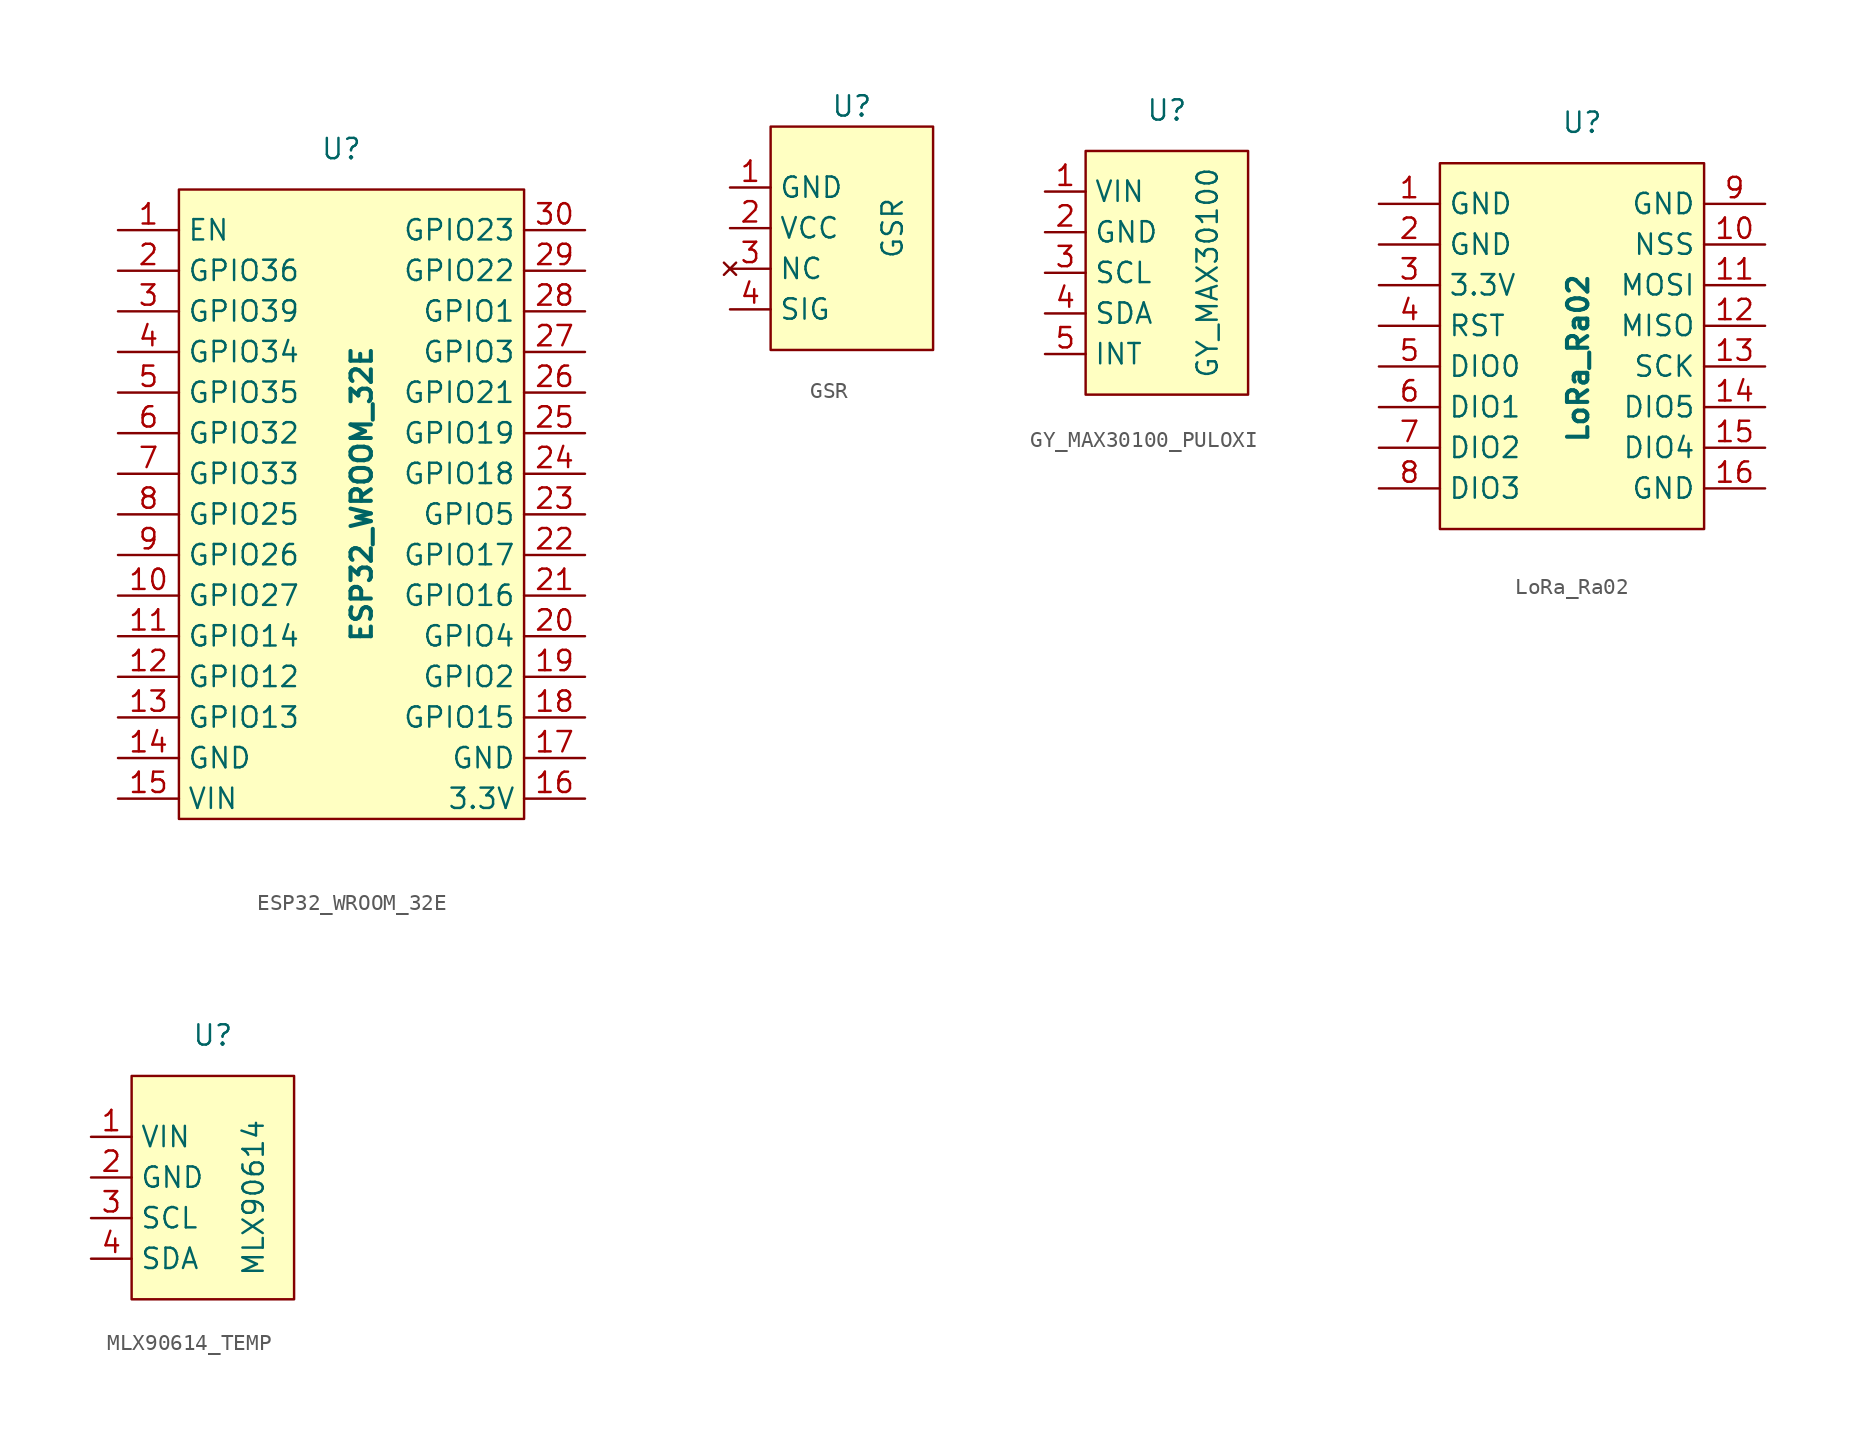
<source format=kicad_sym>
(kicad_symbol_lib
  (version 20231120)
  (generator "kicad_symbol_editor")
  (generator_version "8.0")
  (symbol "ESP32_WROOM_32E"
    (property "Reference" "U"
      (at 2.54 21.59 0)
      (effects (font (size 1.27 1.27))))
    (property "Value" "ESP32_WROOM_32E"
      (at 3.81 0 90)
      (do_not_autoplace)
      (effects (font (size 1.27 1.27) (bold yes))))
    (symbol "ESP32_WROOM_32E_1_1"
      (rectangle (start -7.62 19.05) (end 13.97 -20.32) (stroke (width 0) (type default)) (fill (type background)))
      (pin input line (at -11.43 16.51 0) (length 3.81) (name "EN" (effects (font (size 1.27 1.27)))) (number "1" (effects (font (size 1.27 1.27)))))
      (pin bidirectional line (at -11.43 -6.35 0) (length 3.81) (name "GPIO27" (effects (font (size 1.27 1.27)))) (number "10" (effects (font (size 1.27 1.27)))))
      (pin bidirectional line (at -11.43 -8.89 0) (length 3.81) (name "GPIO14" (effects (font (size 1.27 1.27)))) (number "11" (effects (font (size 1.27 1.27)))))
      (pin bidirectional line (at -11.43 -11.43 0) (length 3.81) (name "GPIO12" (effects (font (size 1.27 1.27)))) (number "12" (effects (font (size 1.27 1.27)))))
      (pin bidirectional line (at -11.43 -13.97 0) (length 3.81) (name "GPIO13" (effects (font (size 1.27 1.27)))) (number "13" (effects (font (size 1.27 1.27)))))
      (pin power_in line (at -11.43 -16.51 0) (length 3.81) (name "GND" (effects (font (size 1.27 1.27)))) (number "14" (effects (font (size 1.27 1.27)))))
      (pin power_in line (at -11.43 -19.05 0) (length 3.81) (name "VIN" (effects (font (size 1.27 1.27)))) (number "15" (effects (font (size 1.27 1.27)))))
      (pin power_out line (at 17.78 -19.05 180) (length 3.81) (name "3.3V" (effects (font (size 1.27 1.27)))) (number "16" (effects (font (size 1.27 1.27)))))
      (pin power_in line (at 17.78 -16.51 180) (length 3.81) (name "GND" (effects (font (size 1.27 1.27)))) (number "17" (effects (font (size 1.27 1.27)))))
      (pin bidirectional line (at 17.78 -13.97 180) (length 3.81) (name "GPIO15" (effects (font (size 1.27 1.27)))) (number "18" (effects (font (size 1.27 1.27)))))
      (pin bidirectional line (at 17.78 -11.43 180) (length 3.81) (name "GPIO2" (effects (font (size 1.27 1.27)))) (number "19" (effects (font (size 1.27 1.27)))))
      (pin input line (at -11.43 13.97 0) (length 3.81) (name "GPIO36" (effects (font (size 1.27 1.27)))) (number "2" (effects (font (size 1.27 1.27)))))
      (pin bidirectional line (at 17.78 -8.89 180) (length 3.81) (name "GPIO4" (effects (font (size 1.27 1.27)))) (number "20" (effects (font (size 1.27 1.27)))))
      (pin input line (at 17.78 -6.35 180) (length 3.81) (name "GPIO16" (effects (font (size 1.27 1.27)))) (number "21" (effects (font (size 1.27 1.27)))))
      (pin output line (at 17.78 -3.81 180) (length 3.81) (name "GPIO17" (effects (font (size 1.27 1.27)))) (number "22" (effects (font (size 1.27 1.27)))))
      (pin bidirectional line (at 17.78 -1.27 180) (length 3.81) (name "GPIO5" (effects (font (size 1.27 1.27)))) (number "23" (effects (font (size 1.27 1.27)))))
      (pin bidirectional line (at 17.78 1.27 180) (length 3.81) (name "GPIO18" (effects (font (size 1.27 1.27)))) (number "24" (effects (font (size 1.27 1.27)))))
      (pin bidirectional line (at 17.78 3.81 180) (length 3.81) (name "GPIO19" (effects (font (size 1.27 1.27)))) (number "25" (effects (font (size 1.27 1.27)))))
      (pin bidirectional line (at 17.78 6.35 180) (length 3.81) (name "GPIO21" (effects (font (size 1.27 1.27)))) (number "26" (effects (font (size 1.27 1.27)))))
      (pin input line (at 17.78 8.89 180) (length 3.81) (name "GPIO3" (effects (font (size 1.27 1.27)))) (number "27" (effects (font (size 1.27 1.27)))))
      (pin output line (at 17.78 11.43 180) (length 3.81) (name "GPIO1" (effects (font (size 1.27 1.27)))) (number "28" (effects (font (size 1.27 1.27)))))
      (pin bidirectional line (at 17.78 13.97 180) (length 3.81) (name "GPIO22" (effects (font (size 1.27 1.27)))) (number "29" (effects (font (size 1.27 1.27)))))
      (pin input line (at -11.43 11.43 0) (length 3.81) (name "GPIO39" (effects (font (size 1.27 1.27)))) (number "3" (effects (font (size 1.27 1.27)))))
      (pin bidirectional line (at 17.78 16.51 180) (length 3.81) (name "GPIO23" (effects (font (size 1.27 1.27)))) (number "30" (effects (font (size 1.27 1.27)))))
      (pin input line (at -11.43 8.89 0) (length 3.81) (name "GPIO34" (effects (font (size 1.27 1.27)))) (number "4" (effects (font (size 1.27 1.27)))))
      (pin input line (at -11.43 6.35 0) (length 3.81) (name "GPIO35" (effects (font (size 1.27 1.27)))) (number "5" (effects (font (size 1.27 1.27)))))
      (pin bidirectional line (at -11.43 3.81 0) (length 3.81) (name "GPIO32" (effects (font (size 1.27 1.27)))) (number "6" (effects (font (size 1.27 1.27)))))
      (pin bidirectional line (at -11.43 1.27 0) (length 3.81) (name "GPIO33" (effects (font (size 1.27 1.27)))) (number "7" (effects (font (size 1.27 1.27)))))
      (pin bidirectional line (at -11.43 -1.27 0) (length 3.81) (name "GPIO25" (effects (font (size 1.27 1.27)))) (number "8" (effects (font (size 1.27 1.27)))))
      (pin bidirectional line (at -11.43 -3.81 0) (length 3.81) (name "GPIO26" (effects (font (size 1.27 1.27)))) (number "9" (effects (font (size 1.27 1.27)))))))
  (symbol "GSR"
    (property "Reference" "U"
      (at 6.35 6.35 0)
      (effects (font (size 1.27 1.27))))
    (property "Value" "GSR"
      (at 8.89 -1.27 90)
      (do_not_autoplace)
      (effects (font (size 1.27 1.27))))
    (symbol "GSR_0_0"
      (pin power_in line (at -1.27 1.27 0) (length 2.54) (name "GND" (effects (font (size 1.27 1.27)))) (number "1" (effects (font (size 1.27 1.27)))))
      (pin power_in line (at -1.27 -1.27 0) (length 2.54) (name "VCC" (effects (font (size 1.27 1.27)))) (number "2" (effects (font (size 1.27 1.27)))))
      (pin no_connect line (at -1.27 -3.81 0) (length 2.54) (name "NC" (effects (font (size 1.27 1.27)))) (number "3" (effects (font (size 1.27 1.27)))))
      (pin output line (at -1.27 -6.35 0) (length 2.54) (name "SIG" (effects (font (size 1.27 1.27)))) (number "4" (effects (font (size 1.27 1.27))))))
    (symbol "GSR_1_1"
      (rectangle (start 1.27 5.08) (end 11.43 -8.89) (stroke (width 0) (type default)) (fill (type background)))))
  (symbol "GY_MAX30100_PULOXI"
    (property "Reference" "U"
      (at 6.35 7.62 0)
      (effects (font (size 1.27 1.27))))
    (property "Value" "GY_MAX30100"
      (at 8.89 -2.54 90)
      (do_not_autoplace)
      (effects (font (size 1.27 1.27))))
    (symbol "GY_MAX30100_PULOXI_0_0"
      (pin power_in line (at -1.27 2.54 0) (length 2.54) (name "VIN" (effects (font (size 1.27 1.27)))) (number "1" (effects (font (size 1.27 1.27)))))
      (pin power_in line (at -1.27 0 0) (length 2.54) (name "GND" (effects (font (size 1.27 1.27)))) (number "2" (effects (font (size 1.27 1.27)))))
      (pin bidirectional line (at -1.27 -2.54 0) (length 2.54) (name "SCL" (effects (font (size 1.27 1.27)))) (number "3" (effects (font (size 1.27 1.27)))))
      (pin bidirectional line (at -1.27 -5.08 0) (length 2.54) (name "SDA" (effects (font (size 1.27 1.27)))) (number "4" (effects (font (size 1.27 1.27)))))
      (pin input line (at -1.27 -7.62 0) (length 2.54) (name "INT" (effects (font (size 1.27 1.27)))) (number "5" (effects (font (size 1.27 1.27))))))
    (symbol "GY_MAX30100_PULOXI_1_1"
      (rectangle (start 1.27 5.08) (end 11.43 -10.16) (stroke (width 0) (type default)) (fill (type background)))))
  (symbol "LoRa_Ra02"
    (property "Reference" "U"
      (at 7.62 5.08 0)
      (effects (font (size 1.27 1.27))))
    (property "Value" "LoRa_Ra02"
      (at 7.366 -9.652 90)
      (do_not_autoplace)
      (effects (font (size 1.27 1.27) (bold yes))))
    (symbol "LoRa_Ra02_1_1"
      (rectangle (start -1.27 2.54) (end 15.24 -20.32) (stroke (width 0) (type default)) (fill (type background)))
      (pin power_in line (at -5.08 0 0) (length 3.81) (name "GND" (effects (font (size 1.27 1.27)))) (number "1" (effects (font (size 1.27 1.27)))))
      (pin input line (at 19.05 -2.54 180) (length 3.81) (name "NSS" (effects (font (size 1.27 1.27)))) (number "10" (effects (font (size 1.27 1.27)))))
      (pin input line (at 19.05 -5.08 180) (length 3.81) (name "MOSI" (effects (font (size 1.27 1.27)))) (number "11" (effects (font (size 1.27 1.27)))))
      (pin output line (at 19.05 -7.62 180) (length 3.81) (name "MISO" (effects (font (size 1.27 1.27)))) (number "12" (effects (font (size 1.27 1.27)))))
      (pin input line (at 19.05 -10.16 180) (length 3.81) (name "SCK" (effects (font (size 1.27 1.27)))) (number "13" (effects (font (size 1.27 1.27)))))
      (pin bidirectional line (at 19.05 -12.7 180) (length 3.81) (name "DIO5" (effects (font (size 1.27 1.27)))) (number "14" (effects (font (size 1.27 1.27)))))
      (pin bidirectional line (at 19.05 -15.24 180) (length 3.81) (name "DIO4" (effects (font (size 1.27 1.27)))) (number "15" (effects (font (size 1.27 1.27)))))
      (pin power_in line (at 19.05 -17.78 180) (length 3.81) (name "GND" (effects (font (size 1.27 1.27)))) (number "16" (effects (font (size 1.27 1.27)))))
      (pin power_in line (at -5.08 -2.54 0) (length 3.81) (name "GND" (effects (font (size 1.27 1.27)))) (number "2" (effects (font (size 1.27 1.27)))))
      (pin power_in line (at -5.08 -5.08 0) (length 3.81) (name "3.3V" (effects (font (size 1.27 1.27)))) (number "3" (effects (font (size 1.27 1.27)))))
      (pin input line (at -5.08 -7.62 0) (length 3.81) (name "RST" (effects (font (size 1.27 1.27)))) (number "4" (effects (font (size 1.27 1.27)))))
      (pin bidirectional line (at -5.08 -10.16 0) (length 3.81) (name "DIO0" (effects (font (size 1.27 1.27)))) (number "5" (effects (font (size 1.27 1.27)))))
      (pin bidirectional line (at -5.08 -12.7 0) (length 3.81) (name "DIO1" (effects (font (size 1.27 1.27)))) (number "6" (effects (font (size 1.27 1.27)))))
      (pin bidirectional line (at -5.08 -15.24 0) (length 3.81) (name "DIO2" (effects (font (size 1.27 1.27)))) (number "7" (effects (font (size 1.27 1.27)))))
      (pin bidirectional line (at -5.08 -17.78 0) (length 3.81) (name "DIO3" (effects (font (size 1.27 1.27)))) (number "8" (effects (font (size 1.27 1.27)))))
      (pin power_in line (at 19.05 0 180) (length 3.81) (name "GND" (effects (font (size 1.27 1.27)))) (number "9" (effects (font (size 1.27 1.27)))))))
  (symbol "MLX90614_TEMP"
    (property "Reference" "U"
      (at 6.35 5.08 0)
      (effects (font (size 1.27 1.27))))
    (property "Value" "MLX90614"
      (at 8.89 -5.08 90)
      (do_not_autoplace)
      (effects (font (size 1.27 1.27))))
    (symbol "MLX90614_TEMP_0_0"
      (pin power_in line (at -1.27 -1.27 0) (length 2.54) (name "VIN" (effects (font (size 1.27 1.27)))) (number "1" (effects (font (size 1.27 1.27)))))
      (pin power_in line (at -1.27 -3.81 0) (length 2.54) (name "GND" (effects (font (size 1.27 1.27)))) (number "2" (effects (font (size 1.27 1.27)))))
      (pin bidirectional line (at -1.27 -6.35 0) (length 2.54) (name "SCL" (effects (font (size 1.27 1.27)))) (number "3" (effects (font (size 1.27 1.27)))))
      (pin bidirectional line (at -1.27 -8.89 0) (length 2.54) (name "SDA" (effects (font (size 1.27 1.27)))) (number "4" (effects (font (size 1.27 1.27))))))
    (symbol "MLX90614_TEMP_1_1"
      (rectangle (start 1.27 2.54) (end 11.43 -11.43) (stroke (width 0) (type default)) (fill (type background))))))
</source>
